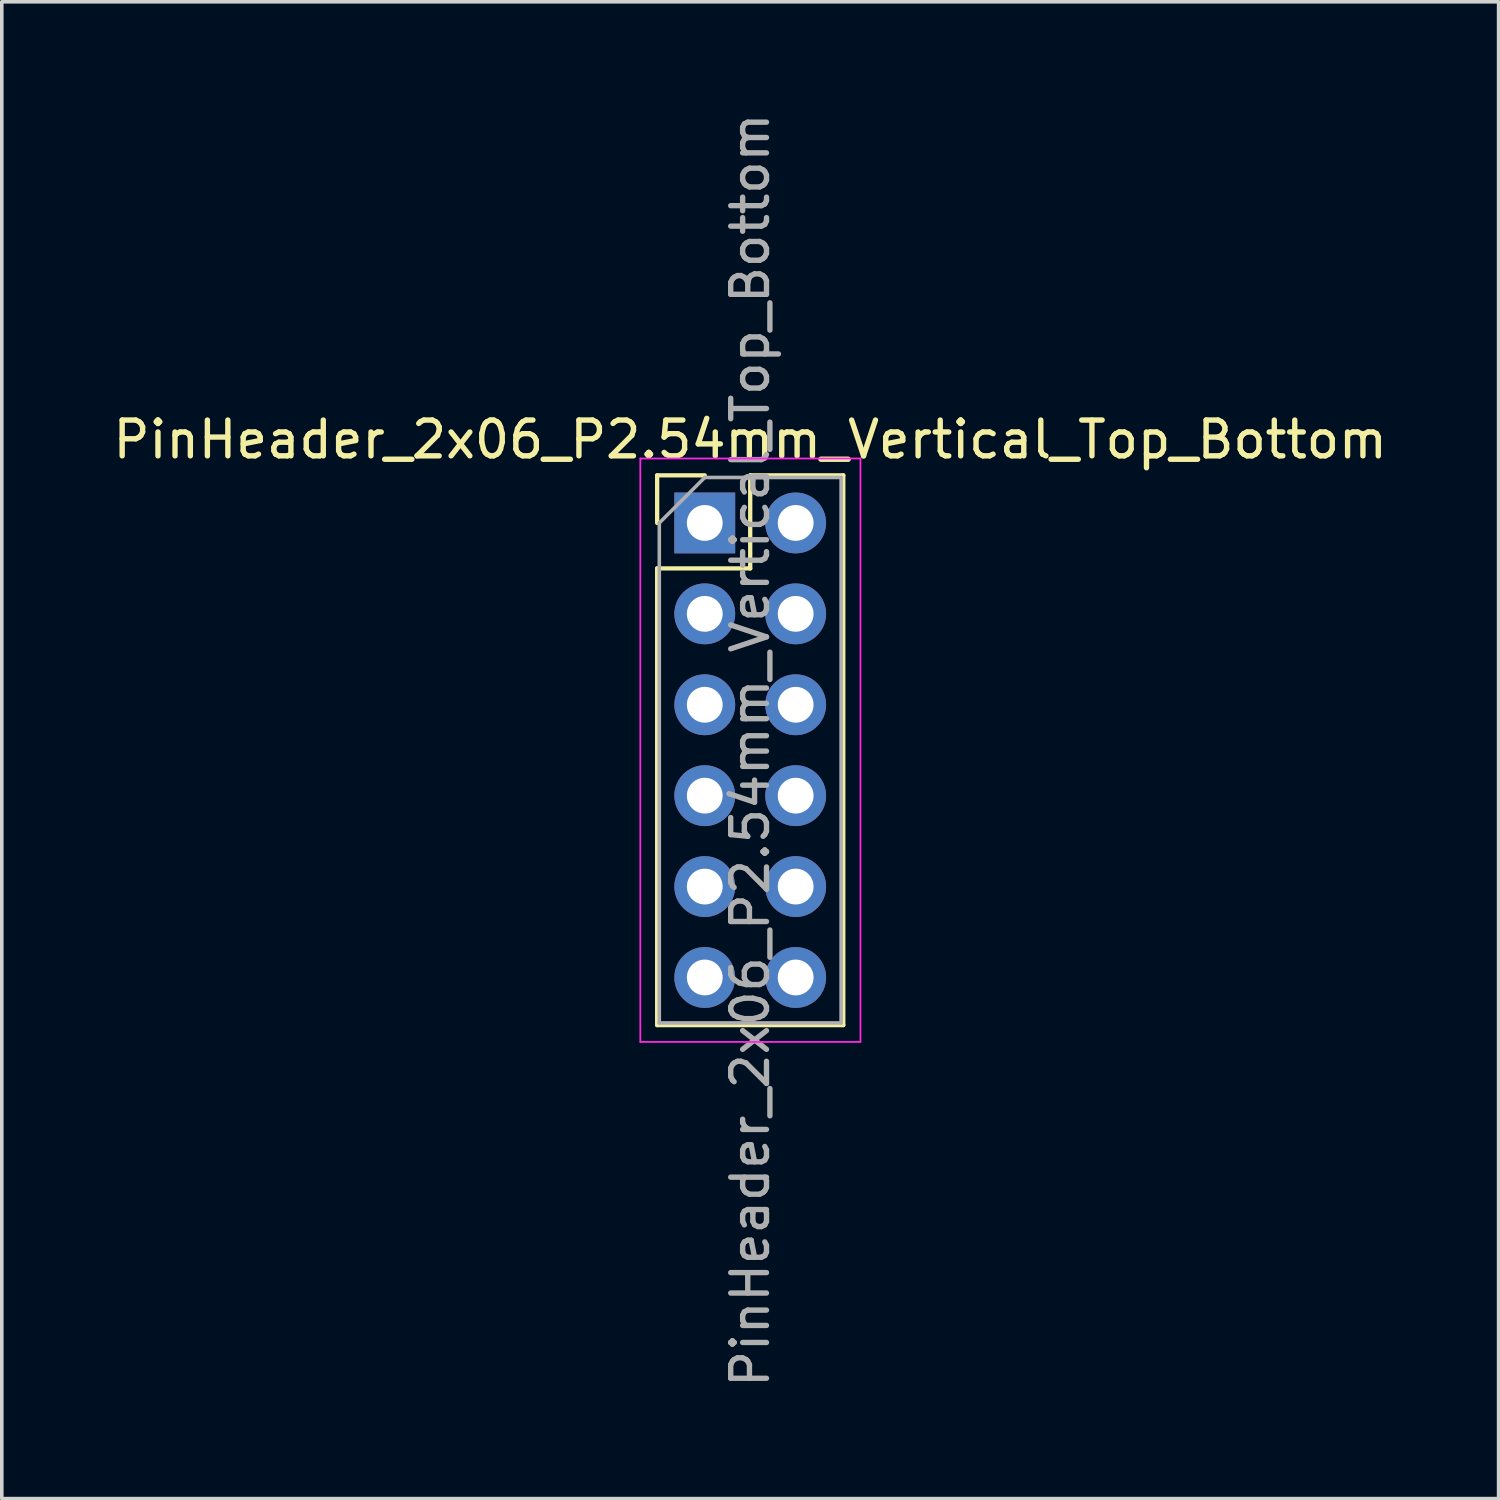
<source format=kicad_pcb>
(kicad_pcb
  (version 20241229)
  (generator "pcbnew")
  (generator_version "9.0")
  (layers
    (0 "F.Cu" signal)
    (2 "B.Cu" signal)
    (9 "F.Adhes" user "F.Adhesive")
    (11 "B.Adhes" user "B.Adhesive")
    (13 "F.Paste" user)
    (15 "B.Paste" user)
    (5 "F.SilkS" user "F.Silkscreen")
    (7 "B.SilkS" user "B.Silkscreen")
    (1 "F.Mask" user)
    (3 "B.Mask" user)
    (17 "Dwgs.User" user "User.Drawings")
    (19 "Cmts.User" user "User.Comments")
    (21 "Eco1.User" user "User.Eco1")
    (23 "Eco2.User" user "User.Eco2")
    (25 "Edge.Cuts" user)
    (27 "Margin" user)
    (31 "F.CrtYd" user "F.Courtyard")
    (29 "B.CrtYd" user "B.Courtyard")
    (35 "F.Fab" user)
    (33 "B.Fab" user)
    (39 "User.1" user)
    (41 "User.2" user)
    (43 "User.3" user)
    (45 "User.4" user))
  (footprint "PinHeader_2x06_P2.54mm_Vertical_Top_Bottom"
    (layer "F.Cu")
    (at 16.641 11.561)
    (property "Reference" "PinHeader_2x06_P2.54mm_Vertical_Top_Bottom" (at 1.27 -2.33 0) (layer "F.SilkS") (effects (font (size 1 1) (thickness 0.15))))
    (attr through_hole)
    (fp_line (start -1.33 -1.33) (end 0 -1.33) (stroke (width 0.12) (type solid)) (layer "F.SilkS"))
    (fp_line (start -1.33 0) (end -1.33 -1.33) (stroke (width 0.12) (type solid)) (layer "F.SilkS"))
    (fp_line (start -1.33 1.27) (end -1.33 14.03) (stroke (width 0.12) (type solid)) (layer "F.SilkS"))
    (fp_line (start -1.33 1.27) (end 1.27 1.27) (stroke (width 0.12) (type solid)) (layer "F.SilkS"))
    (fp_line (start -1.33 14.03) (end 3.87 14.03) (stroke (width 0.12) (type solid)) (layer "F.SilkS"))
    (fp_line (start 1.27 -1.33) (end 3.87 -1.33) (stroke (width 0.12) (type solid)) (layer "F.SilkS"))
    (fp_line (start 1.27 1.27) (end 1.27 -1.33) (stroke (width 0.12) (type solid)) (layer "F.SilkS"))
    (fp_line (start 3.87 -1.33) (end 3.87 14.03) (stroke (width 0.12) (type solid)) (layer "F.SilkS"))
    (fp_line (start -1.8 -1.8) (end -1.8 14.5) (stroke (width 0.05) (type solid)) (layer "F.CrtYd"))
    (fp_line (start -1.8 14.5) (end 4.35 14.5) (stroke (width 0.05) (type solid)) (layer "F.CrtYd"))
    (fp_line (start 4.35 -1.8) (end -1.8 -1.8) (stroke (width 0.05) (type solid)) (layer "F.CrtYd"))
    (fp_line (start 4.35 14.5) (end 4.35 -1.8) (stroke (width 0.05) (type solid)) (layer "F.CrtYd"))
    (fp_line (start -1.27 0) (end 0 -1.27) (stroke (width 0.1) (type solid)) (layer "F.Fab"))
    (fp_line (start -1.27 13.97) (end -1.27 0) (stroke (width 0.1) (type solid)) (layer "F.Fab"))
    (fp_line (start 0 -1.27) (end 3.81 -1.27) (stroke (width 0.1) (type solid)) (layer "F.Fab"))
    (fp_line (start 3.81 -1.27) (end 3.81 13.97) (stroke (width 0.1) (type solid)) (layer "F.Fab"))
    (fp_line (start 3.81 13.97) (end -1.27 13.97) (stroke (width 0.1) (type solid)) (layer "F.Fab"))
    (fp_text user "${REFERENCE}" (at 1.27 6.35 90) (layer "F.Fab") (effects (font (size 1 1) (thickness 0.15))))
    (pad "1" thru_hole rect (at 0 0) (size 1.7 1.7) (drill 1) (layers "*.Cu" "*.Mask"))
    (pad "2" thru_hole oval (at 0 2.54) (size 1.7 1.7) (drill 1) (layers "*.Cu" "*.Mask"))
    (pad "3" thru_hole oval (at 0 5.08) (size 1.7 1.7) (drill 1) (layers "*.Cu" "*.Mask"))
    (pad "4" thru_hole oval (at 0 7.62) (size 1.7 1.7) (drill 1) (layers "*.Cu" "*.Mask"))
    (pad "5" thru_hole oval (at 0 10.16) (size 1.7 1.7) (drill 1) (layers "*.Cu" "*.Mask"))
    (pad "6" thru_hole oval (at 0 12.7) (size 1.7 1.7) (drill 1) (layers "*.Cu" "*.Mask"))
    (pad "7" thru_hole oval (at 2.54 0) (size 1.7 1.7) (drill 1) (layers "*.Cu" "*.Mask"))
    (pad "8" thru_hole oval (at 2.54 2.54) (size 1.7 1.7) (drill 1) (layers "*.Cu" "*.Mask"))
    (pad "9" thru_hole oval (at 2.54 5.08) (size 1.7 1.7) (drill 1) (layers "*.Cu" "*.Mask"))
    (pad "10" thru_hole oval (at 2.54 7.62) (size 1.7 1.7) (drill 1) (layers "*.Cu" "*.Mask"))
    (pad "11" thru_hole oval (at 2.54 10.16) (size 1.7 1.7) (drill 1) (layers "*.Cu" "*.Mask"))
    (pad "12" thru_hole oval (at 2.54 12.7) (size 1.7 1.7) (drill 1) (layers "*.Cu" "*.Mask")))
  (gr_rect
    (start -3 -3)
    (end 38.821 38.821)
    (stroke (width 0.1) (type default))
    (fill no)
    (layer "Edge.Cuts")))
</source>
